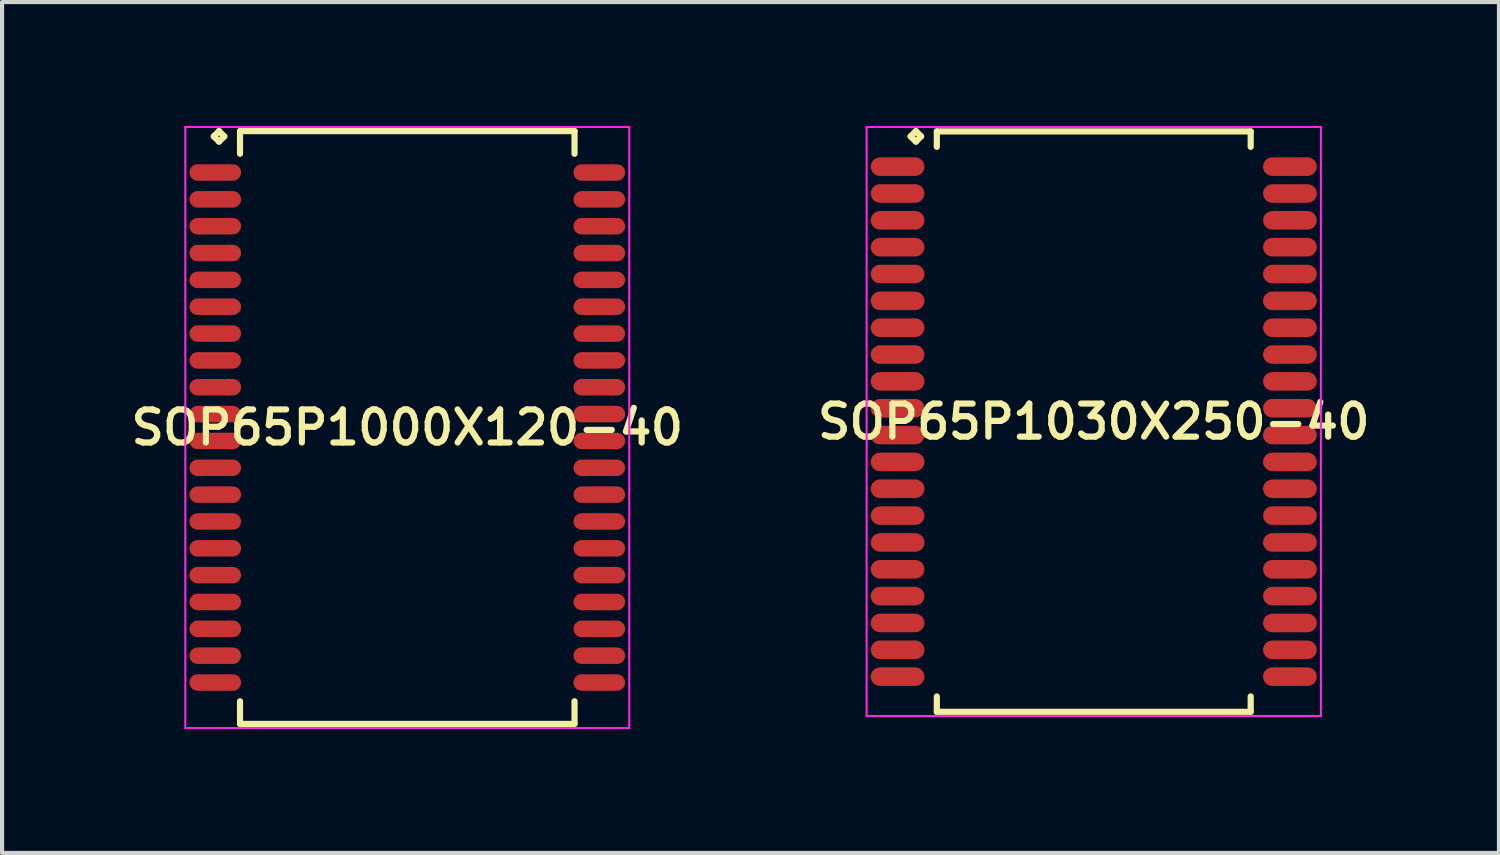
<source format=kicad_pcb>
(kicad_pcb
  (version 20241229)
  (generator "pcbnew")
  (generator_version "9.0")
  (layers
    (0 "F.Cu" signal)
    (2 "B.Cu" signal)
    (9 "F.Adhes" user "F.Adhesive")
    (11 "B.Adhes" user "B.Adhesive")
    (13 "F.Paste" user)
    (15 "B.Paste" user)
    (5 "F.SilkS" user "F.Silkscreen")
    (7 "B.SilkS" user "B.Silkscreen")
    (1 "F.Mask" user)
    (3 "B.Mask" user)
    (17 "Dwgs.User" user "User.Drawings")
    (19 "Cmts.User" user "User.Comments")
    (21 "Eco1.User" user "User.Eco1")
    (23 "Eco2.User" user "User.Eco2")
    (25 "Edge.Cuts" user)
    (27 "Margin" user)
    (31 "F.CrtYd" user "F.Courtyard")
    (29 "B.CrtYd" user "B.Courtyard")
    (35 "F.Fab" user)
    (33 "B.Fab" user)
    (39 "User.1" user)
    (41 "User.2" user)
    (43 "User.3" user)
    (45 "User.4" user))
  (footprint "SOP65P1000X120-40"
    (layer "F.Cu")
    (at 6.812 7.302)
    (property "Reference" "SOP65P1000X120-40" (at 0 0 0) (layer "F.SilkS") (effects (font (size 0.8 0.8) (thickness 0.15))))
    (attr smd)
    (fp_line (start -4.685 -7.05) (end -4.558 -7.177) (stroke (width 0.15) (type solid)) (layer "F.SilkS"))
    (fp_line (start -4.558 -7.177) (end -4.431 -7.05) (stroke (width 0.15) (type solid)) (layer "F.SilkS"))
    (fp_line (start -4.558 -6.923) (end -4.685 -7.05) (stroke (width 0.15) (type solid)) (layer "F.SilkS"))
    (fp_line (start -4.431 -7.05) (end -4.558 -6.923) (stroke (width 0.15) (type solid)) (layer "F.SilkS"))
    (fp_line (start -4.05 -7.177) (end 4.05 -7.177) (stroke (width 0.15) (type solid)) (layer "F.SilkS"))
    (fp_line (start -4.05 -6.629) (end -4.05 -7.177) (stroke (width 0.15) (type solid)) (layer "F.SilkS"))
    (fp_line (start -4.05 6.629) (end -4.05 7.177) (stroke (width 0.15) (type solid)) (layer "F.SilkS"))
    (fp_line (start -4.05 7.177) (end 4.05 7.177) (stroke (width 0.15) (type solid)) (layer "F.SilkS"))
    (fp_line (start 4.05 -7.177) (end 4.05 -6.629) (stroke (width 0.15) (type solid)) (layer "F.SilkS"))
    (fp_line (start 4.05 7.177) (end 4.05 6.629) (stroke (width 0.15) (type solid)) (layer "F.SilkS"))
    (fp_line (start -5.375 -7.277) (end 5.375 -7.277) (stroke (width 0.05) (type solid)) (layer "F.CrtYd"))
    (fp_line (start -5.375 7.277) (end -5.375 -7.277) (stroke (width 0.05) (type solid)) (layer "F.CrtYd"))
    (fp_line (start 5.375 -7.277) (end 5.375 7.277) (stroke (width 0.05) (type solid)) (layer "F.CrtYd"))
    (fp_line (start 5.375 7.277) (end -5.375 7.277) (stroke (width 0.05) (type solid)) (layer "F.CrtYd"))
    (pad "1" smd oval (at -4.65 -6.175) (size 1.25 0.4) (layers "F.Cu" "F.Mask" "F.Paste"))
    (pad "2" smd oval (at -4.65 -5.525) (size 1.25 0.4) (layers "F.Cu" "F.Mask" "F.Paste"))
    (pad "3" smd oval (at -4.65 -4.875) (size 1.25 0.4) (layers "F.Cu" "F.Mask" "F.Paste"))
    (pad "4" smd oval (at -4.65 -4.225) (size 1.25 0.4) (layers "F.Cu" "F.Mask" "F.Paste"))
    (pad "5" smd oval (at -4.65 -3.575) (size 1.25 0.4) (layers "F.Cu" "F.Mask" "F.Paste"))
    (pad "6" smd oval (at -4.65 -2.925) (size 1.25 0.4) (layers "F.Cu" "F.Mask" "F.Paste"))
    (pad "7" smd oval (at -4.65 -2.275) (size 1.25 0.4) (layers "F.Cu" "F.Mask" "F.Paste"))
    (pad "8" smd oval (at -4.65 -1.625) (size 1.25 0.4) (layers "F.Cu" "F.Mask" "F.Paste"))
    (pad "9" smd oval (at -4.65 -0.975) (size 1.25 0.4) (layers "F.Cu" "F.Mask" "F.Paste"))
    (pad "10" smd oval (at -4.65 -0.325) (size 1.25 0.4) (layers "F.Cu" "F.Mask" "F.Paste"))
    (pad "11" smd oval (at -4.65 0.325) (size 1.25 0.4) (layers "F.Cu" "F.Mask" "F.Paste"))
    (pad "12" smd oval (at -4.65 0.975) (size 1.25 0.4) (layers "F.Cu" "F.Mask" "F.Paste"))
    (pad "13" smd oval (at -4.65 1.625) (size 1.25 0.4) (layers "F.Cu" "F.Mask" "F.Paste"))
    (pad "14" smd oval (at -4.65 2.275) (size 1.25 0.4) (layers "F.Cu" "F.Mask" "F.Paste"))
    (pad "15" smd oval (at -4.65 2.925) (size 1.25 0.4) (layers "F.Cu" "F.Mask" "F.Paste"))
    (pad "16" smd oval (at -4.65 3.575) (size 1.25 0.4) (layers "F.Cu" "F.Mask" "F.Paste"))
    (pad "17" smd oval (at -4.65 4.225) (size 1.25 0.4) (layers "F.Cu" "F.Mask" "F.Paste"))
    (pad "18" smd oval (at -4.65 4.875) (size 1.25 0.4) (layers "F.Cu" "F.Mask" "F.Paste"))
    (pad "19" smd oval (at -4.65 5.525) (size 1.25 0.4) (layers "F.Cu" "F.Mask" "F.Paste"))
    (pad "20" smd oval (at -4.65 6.175) (size 1.25 0.4) (layers "F.Cu" "F.Mask" "F.Paste"))
    (pad "21" smd oval (at 4.65 6.175) (size 1.25 0.4) (layers "F.Cu" "F.Mask" "F.Paste"))
    (pad "22" smd oval (at 4.65 5.525) (size 1.25 0.4) (layers "F.Cu" "F.Mask" "F.Paste"))
    (pad "23" smd oval (at 4.65 4.875) (size 1.25 0.4) (layers "F.Cu" "F.Mask" "F.Paste"))
    (pad "24" smd oval (at 4.65 4.225) (size 1.25 0.4) (layers "F.Cu" "F.Mask" "F.Paste"))
    (pad "25" smd oval (at 4.65 3.575) (size 1.25 0.4) (layers "F.Cu" "F.Mask" "F.Paste"))
    (pad "26" smd oval (at 4.65 2.925) (size 1.25 0.4) (layers "F.Cu" "F.Mask" "F.Paste"))
    (pad "27" smd oval (at 4.65 2.275) (size 1.25 0.4) (layers "F.Cu" "F.Mask" "F.Paste"))
    (pad "28" smd oval (at 4.65 1.625) (size 1.25 0.4) (layers "F.Cu" "F.Mask" "F.Paste"))
    (pad "29" smd oval (at 4.65 0.975) (size 1.25 0.4) (layers "F.Cu" "F.Mask" "F.Paste"))
    (pad "30" smd oval (at 4.65 0.325) (size 1.25 0.4) (layers "F.Cu" "F.Mask" "F.Paste"))
    (pad "31" smd oval (at 4.65 -0.325) (size 1.25 0.4) (layers "F.Cu" "F.Mask" "F.Paste"))
    (pad "32" smd oval (at 4.65 -0.975) (size 1.25 0.4) (layers "F.Cu" "F.Mask" "F.Paste"))
    (pad "33" smd oval (at 4.65 -1.625) (size 1.25 0.4) (layers "F.Cu" "F.Mask" "F.Paste"))
    (pad "34" smd oval (at 4.65 -2.275) (size 1.25 0.4) (layers "F.Cu" "F.Mask" "F.Paste"))
    (pad "35" smd oval (at 4.65 -2.925) (size 1.25 0.4) (layers "F.Cu" "F.Mask" "F.Paste"))
    (pad "36" smd oval (at 4.65 -3.575) (size 1.25 0.4) (layers "F.Cu" "F.Mask" "F.Paste"))
    (pad "37" smd oval (at 4.65 -4.225) (size 1.25 0.4) (layers "F.Cu" "F.Mask" "F.Paste"))
    (pad "38" smd oval (at 4.65 -4.875) (size 1.25 0.4) (layers "F.Cu" "F.Mask" "F.Paste"))
    (pad "39" smd oval (at 4.65 -5.525) (size 1.25 0.4) (layers "F.Cu" "F.Mask" "F.Paste"))
    (pad "40" smd oval (at 4.65 -6.175) (size 1.25 0.4) (layers "F.Cu" "F.Mask" "F.Paste")))
  (footprint "SOP65P1030X250-40"
    (layer "F.Cu")
    (at 23.435 7.16)
    (property "Reference" "SOP65P1030X250-40" (at 0 0 0) (layer "F.SilkS") (effects (font (size 0.8 0.8) (thickness 0.15))))
    (attr smd)
    (fp_line (start -4.435 -6.908) (end -4.308 -7.035) (stroke (width 0.15) (type solid)) (layer "F.SilkS"))
    (fp_line (start -4.308 -7.035) (end -4.181 -6.908) (stroke (width 0.15) (type solid)) (layer "F.SilkS"))
    (fp_line (start -4.308 -6.781) (end -4.435 -6.908) (stroke (width 0.15) (type solid)) (layer "F.SilkS"))
    (fp_line (start -4.181 -6.908) (end -4.308 -6.781) (stroke (width 0.15) (type solid)) (layer "F.SilkS"))
    (fp_line (start -3.8 -7.027) (end 3.8 -7.027) (stroke (width 0.15) (type solid)) (layer "F.SilkS"))
    (fp_line (start -3.8 -6.654) (end -3.8 -7.027) (stroke (width 0.15) (type solid)) (layer "F.SilkS"))
    (fp_line (start -3.8 6.654) (end -3.8 7.027) (stroke (width 0.15) (type solid)) (layer "F.SilkS"))
    (fp_line (start -3.8 7.027) (end 3.8 7.027) (stroke (width 0.15) (type solid)) (layer "F.SilkS"))
    (fp_line (start 3.8 -7.027) (end 3.8 -6.654) (stroke (width 0.15) (type solid)) (layer "F.SilkS"))
    (fp_line (start 3.8 7.027) (end 3.8 6.654) (stroke (width 0.15) (type solid)) (layer "F.SilkS"))
    (fp_line (start -5.5 -7.135) (end 5.5 -7.135) (stroke (width 0.05) (type solid)) (layer "F.CrtYd"))
    (fp_line (start -5.5 7.127) (end -5.5 -7.135) (stroke (width 0.05) (type solid)) (layer "F.CrtYd"))
    (fp_line (start 5.5 -7.135) (end 5.5 7.127) (stroke (width 0.05) (type solid)) (layer "F.CrtYd"))
    (fp_line (start 5.5 7.127) (end -5.5 7.127) (stroke (width 0.05) (type solid)) (layer "F.CrtYd"))
    (pad "1" smd oval (at -4.75 -6.175) (size 1.3 0.45) (layers "F.Cu" "F.Mask" "F.Paste"))
    (pad "2" smd oval (at -4.75 -5.525) (size 1.3 0.45) (layers "F.Cu" "F.Mask" "F.Paste"))
    (pad "3" smd oval (at -4.75 -4.875) (size 1.3 0.45) (layers "F.Cu" "F.Mask" "F.Paste"))
    (pad "4" smd oval (at -4.75 -4.225) (size 1.3 0.45) (layers "F.Cu" "F.Mask" "F.Paste"))
    (pad "5" smd oval (at -4.75 -3.575) (size 1.3 0.45) (layers "F.Cu" "F.Mask" "F.Paste"))
    (pad "6" smd oval (at -4.75 -2.925) (size 1.3 0.45) (layers "F.Cu" "F.Mask" "F.Paste"))
    (pad "7" smd oval (at -4.75 -2.275) (size 1.3 0.45) (layers "F.Cu" "F.Mask" "F.Paste"))
    (pad "8" smd oval (at -4.75 -1.625) (size 1.3 0.45) (layers "F.Cu" "F.Mask" "F.Paste"))
    (pad "9" smd oval (at -4.75 -0.975) (size 1.3 0.45) (layers "F.Cu" "F.Mask" "F.Paste"))
    (pad "10" smd oval (at -4.75 -0.325) (size 1.3 0.45) (layers "F.Cu" "F.Mask" "F.Paste"))
    (pad "11" smd oval (at -4.75 0.325) (size 1.3 0.45) (layers "F.Cu" "F.Mask" "F.Paste"))
    (pad "12" smd oval (at -4.75 0.975) (size 1.3 0.45) (layers "F.Cu" "F.Mask" "F.Paste"))
    (pad "13" smd oval (at -4.75 1.625) (size 1.3 0.45) (layers "F.Cu" "F.Mask" "F.Paste"))
    (pad "14" smd oval (at -4.75 2.275) (size 1.3 0.45) (layers "F.Cu" "F.Mask" "F.Paste"))
    (pad "15" smd oval (at -4.75 2.925) (size 1.3 0.45) (layers "F.Cu" "F.Mask" "F.Paste"))
    (pad "16" smd oval (at -4.75 3.575) (size 1.3 0.45) (layers "F.Cu" "F.Mask" "F.Paste"))
    (pad "17" smd oval (at -4.75 4.225) (size 1.3 0.45) (layers "F.Cu" "F.Mask" "F.Paste"))
    (pad "18" smd oval (at -4.75 4.875) (size 1.3 0.45) (layers "F.Cu" "F.Mask" "F.Paste"))
    (pad "19" smd oval (at -4.75 5.525) (size 1.3 0.45) (layers "F.Cu" "F.Mask" "F.Paste"))
    (pad "20" smd oval (at -4.75 6.175) (size 1.3 0.45) (layers "F.Cu" "F.Mask" "F.Paste"))
    (pad "21" smd oval (at 4.75 6.175) (size 1.3 0.45) (layers "F.Cu" "F.Mask" "F.Paste"))
    (pad "22" smd oval (at 4.75 5.525) (size 1.3 0.45) (layers "F.Cu" "F.Mask" "F.Paste"))
    (pad "23" smd oval (at 4.75 4.875) (size 1.3 0.45) (layers "F.Cu" "F.Mask" "F.Paste"))
    (pad "24" smd oval (at 4.75 4.225) (size 1.3 0.45) (layers "F.Cu" "F.Mask" "F.Paste"))
    (pad "25" smd oval (at 4.75 3.575) (size 1.3 0.45) (layers "F.Cu" "F.Mask" "F.Paste"))
    (pad "26" smd oval (at 4.75 2.925) (size 1.3 0.45) (layers "F.Cu" "F.Mask" "F.Paste"))
    (pad "27" smd oval (at 4.75 2.275) (size 1.3 0.45) (layers "F.Cu" "F.Mask" "F.Paste"))
    (pad "28" smd oval (at 4.75 1.625) (size 1.3 0.45) (layers "F.Cu" "F.Mask" "F.Paste"))
    (pad "29" smd oval (at 4.75 0.975) (size 1.3 0.45) (layers "F.Cu" "F.Mask" "F.Paste"))
    (pad "30" smd oval (at 4.75 0.325) (size 1.3 0.45) (layers "F.Cu" "F.Mask" "F.Paste"))
    (pad "31" smd oval (at 4.75 -0.325) (size 1.3 0.45) (layers "F.Cu" "F.Mask" "F.Paste"))
    (pad "32" smd oval (at 4.75 -0.975) (size 1.3 0.45) (layers "F.Cu" "F.Mask" "F.Paste"))
    (pad "33" smd oval (at 4.75 -1.625) (size 1.3 0.45) (layers "F.Cu" "F.Mask" "F.Paste"))
    (pad "34" smd oval (at 4.75 -2.275) (size 1.3 0.45) (layers "F.Cu" "F.Mask" "F.Paste"))
    (pad "35" smd oval (at 4.75 -2.925) (size 1.3 0.45) (layers "F.Cu" "F.Mask" "F.Paste"))
    (pad "36" smd oval (at 4.75 -3.575) (size 1.3 0.45) (layers "F.Cu" "F.Mask" "F.Paste"))
    (pad "37" smd oval (at 4.75 -4.225) (size 1.3 0.45) (layers "F.Cu" "F.Mask" "F.Paste"))
    (pad "38" smd oval (at 4.75 -4.875) (size 1.3 0.45) (layers "F.Cu" "F.Mask" "F.Paste"))
    (pad "39" smd oval (at 4.75 -5.525) (size 1.3 0.45) (layers "F.Cu" "F.Mask" "F.Paste"))
    (pad "40" smd oval (at 4.75 -6.175) (size 1.3 0.45) (layers "F.Cu" "F.Mask" "F.Paste")))
  (gr_rect
    (start -3 -3)
    (end 33.247 17.604)
    (stroke (width 0.1) (type default))
    (fill no)
    (layer "Edge.Cuts")))
</source>
